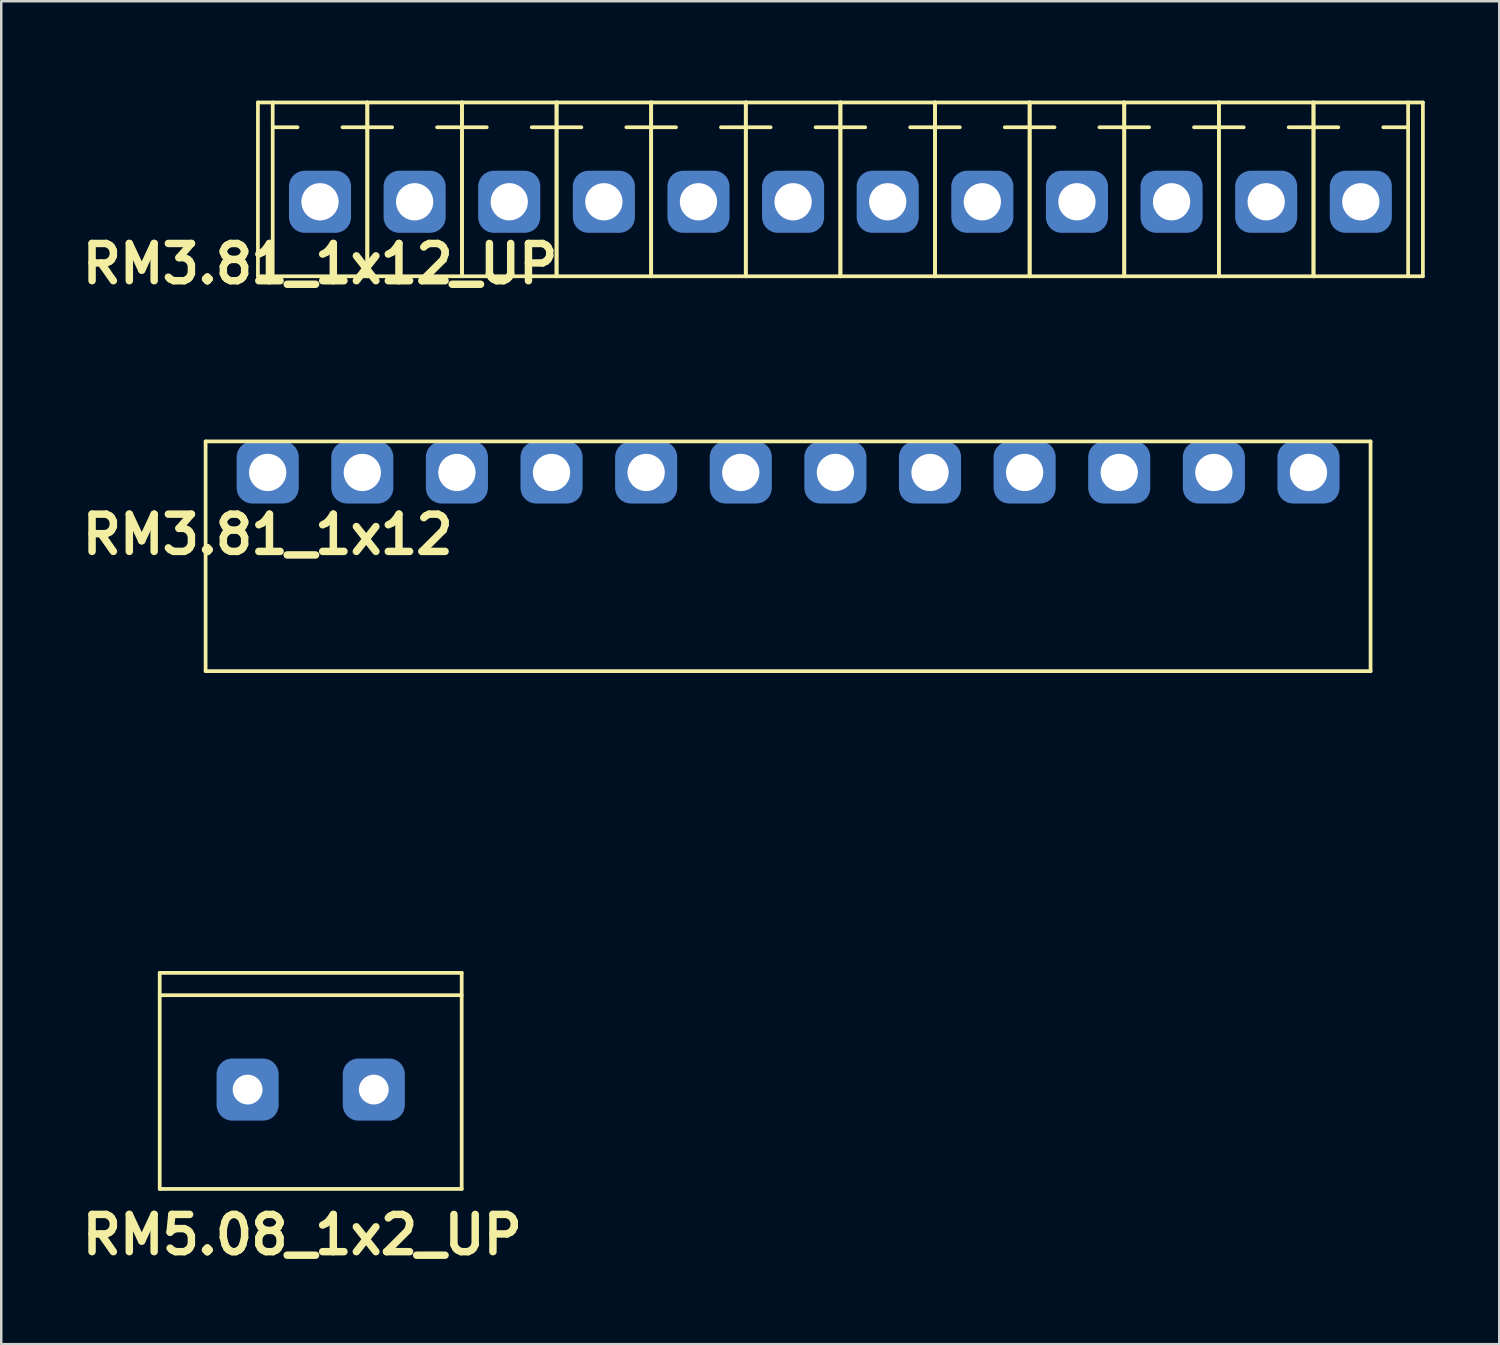
<source format=kicad_pcb>
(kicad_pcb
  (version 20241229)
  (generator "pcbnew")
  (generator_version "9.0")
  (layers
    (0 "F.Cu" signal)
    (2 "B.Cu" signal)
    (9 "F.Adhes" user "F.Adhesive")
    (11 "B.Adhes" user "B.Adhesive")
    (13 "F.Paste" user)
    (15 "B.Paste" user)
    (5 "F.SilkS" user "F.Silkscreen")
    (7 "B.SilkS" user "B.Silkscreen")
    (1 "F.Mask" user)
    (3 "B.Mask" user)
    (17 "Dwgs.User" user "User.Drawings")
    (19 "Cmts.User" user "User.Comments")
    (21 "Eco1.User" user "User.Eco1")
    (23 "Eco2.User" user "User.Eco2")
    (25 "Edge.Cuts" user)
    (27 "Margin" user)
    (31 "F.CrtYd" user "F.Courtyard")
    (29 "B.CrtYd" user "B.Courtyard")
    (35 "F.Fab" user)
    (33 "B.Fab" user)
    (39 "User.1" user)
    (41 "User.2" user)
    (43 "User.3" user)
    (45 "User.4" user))
  (footprint "RM3.81_1x12_UP"
    (layer "F.Cu")
    (at 9.836 5.075)
    (property "Reference" "RM3.81_1x12_UP" (at 0 2.5 0) (layer "F.SilkS") (effects (font (size 1.5 1.5) (thickness 0.3))))
    (attr through_hole)
    (fp_line (start -2.5 -4) (end -2.5 3) (stroke (width 0.15) (type solid)) (layer "F.SilkS"))
    (fp_line (start -2.5 -4) (end 44.41 -4) (stroke (width 0.15) (type solid)) (layer "F.SilkS"))
    (fp_line (start -2.5 3) (end 44.41 3) (stroke (width 0.15) (type solid)) (layer "F.SilkS"))
    (fp_line (start -1.905 -3) (end -0.905 -3) (stroke (width 0.15) (type solid)) (layer "F.SilkS"))
    (fp_line (start -1.905 3) (end -1.905 -4) (stroke (width 0.15) (type solid)) (layer "F.SilkS"))
    (fp_line (start 1.905 -3) (end 0.905 -3) (stroke (width 0.15) (type solid)) (layer "F.SilkS"))
    (fp_line (start 1.905 -3) (end 2.905 -3) (stroke (width 0.15) (type solid)) (layer "F.SilkS"))
    (fp_line (start 1.905 3) (end 1.905 -4) (stroke (width 0.15) (type solid)) (layer "F.SilkS"))
    (fp_line (start 1.905 3) (end 1.905 -4) (stroke (width 0.15) (type solid)) (layer "F.SilkS"))
    (fp_line (start 5.715 -3) (end 4.715 -3) (stroke (width 0.15) (type solid)) (layer "F.SilkS"))
    (fp_line (start 5.715 -3) (end 6.715 -3) (stroke (width 0.15) (type solid)) (layer "F.SilkS"))
    (fp_line (start 5.715 3) (end 5.715 -4) (stroke (width 0.15) (type solid)) (layer "F.SilkS"))
    (fp_line (start 5.715 3) (end 5.715 -4) (stroke (width 0.15) (type solid)) (layer "F.SilkS"))
    (fp_line (start 9.525 -3) (end 8.525 -3) (stroke (width 0.15) (type solid)) (layer "F.SilkS"))
    (fp_line (start 9.525 -3) (end 10.525 -3) (stroke (width 0.15) (type solid)) (layer "F.SilkS"))
    (fp_line (start 9.525 3) (end 9.525 -4) (stroke (width 0.15) (type solid)) (layer "F.SilkS"))
    (fp_line (start 9.525 3) (end 9.525 -4) (stroke (width 0.15) (type solid)) (layer "F.SilkS"))
    (fp_line (start 13.335 -3) (end 12.335 -3) (stroke (width 0.15) (type solid)) (layer "F.SilkS"))
    (fp_line (start 13.335 -3) (end 14.335 -3) (stroke (width 0.15) (type solid)) (layer "F.SilkS"))
    (fp_line (start 13.335 3) (end 13.335 -4) (stroke (width 0.15) (type solid)) (layer "F.SilkS"))
    (fp_line (start 13.335 3) (end 13.335 -4) (stroke (width 0.15) (type solid)) (layer "F.SilkS"))
    (fp_line (start 17.145 -3) (end 16.145 -3) (stroke (width 0.15) (type solid)) (layer "F.SilkS"))
    (fp_line (start 17.145 -3) (end 18.145 -3) (stroke (width 0.15) (type solid)) (layer "F.SilkS"))
    (fp_line (start 17.145 3) (end 17.145 -4) (stroke (width 0.15) (type solid)) (layer "F.SilkS"))
    (fp_line (start 17.145 3) (end 17.145 -4) (stroke (width 0.15) (type solid)) (layer "F.SilkS"))
    (fp_line (start 20.955 -3) (end 19.955 -3) (stroke (width 0.15) (type solid)) (layer "F.SilkS"))
    (fp_line (start 20.955 -3) (end 21.955 -3) (stroke (width 0.15) (type solid)) (layer "F.SilkS"))
    (fp_line (start 20.955 3) (end 20.955 -4) (stroke (width 0.15) (type solid)) (layer "F.SilkS"))
    (fp_line (start 20.955 3) (end 20.955 -4) (stroke (width 0.15) (type solid)) (layer "F.SilkS"))
    (fp_line (start 24.765 -3) (end 23.765 -3) (stroke (width 0.15) (type solid)) (layer "F.SilkS"))
    (fp_line (start 24.765 -3) (end 25.765 -3) (stroke (width 0.15) (type solid)) (layer "F.SilkS"))
    (fp_line (start 24.765 3) (end 24.765 -4) (stroke (width 0.15) (type solid)) (layer "F.SilkS"))
    (fp_line (start 24.765 3) (end 24.765 -4) (stroke (width 0.15) (type solid)) (layer "F.SilkS"))
    (fp_line (start 28.575 -3) (end 27.575 -3) (stroke (width 0.15) (type solid)) (layer "F.SilkS"))
    (fp_line (start 28.575 -3) (end 29.575 -3) (stroke (width 0.15) (type solid)) (layer "F.SilkS"))
    (fp_line (start 28.575 3) (end 28.575 -4) (stroke (width 0.15) (type solid)) (layer "F.SilkS"))
    (fp_line (start 28.575 3) (end 28.575 -4) (stroke (width 0.15) (type solid)) (layer "F.SilkS"))
    (fp_line (start 32.385 -3) (end 31.385 -3) (stroke (width 0.15) (type solid)) (layer "F.SilkS"))
    (fp_line (start 32.385 -3) (end 33.385 -3) (stroke (width 0.15) (type solid)) (layer "F.SilkS"))
    (fp_line (start 32.385 3) (end 32.385 -4) (stroke (width 0.15) (type solid)) (layer "F.SilkS"))
    (fp_line (start 32.385 3) (end 32.385 -4) (stroke (width 0.15) (type solid)) (layer "F.SilkS"))
    (fp_line (start 36.195 -3) (end 35.195 -3) (stroke (width 0.15) (type solid)) (layer "F.SilkS"))
    (fp_line (start 36.195 -3) (end 37.195 -3) (stroke (width 0.15) (type solid)) (layer "F.SilkS"))
    (fp_line (start 36.195 3) (end 36.195 -4) (stroke (width 0.15) (type solid)) (layer "F.SilkS"))
    (fp_line (start 36.195 3) (end 36.195 -4) (stroke (width 0.15) (type solid)) (layer "F.SilkS"))
    (fp_line (start 40.005 -3) (end 39.005 -3) (stroke (width 0.15) (type solid)) (layer "F.SilkS"))
    (fp_line (start 40.005 -3) (end 41.005 -3) (stroke (width 0.15) (type solid)) (layer "F.SilkS"))
    (fp_line (start 40.005 3) (end 40.005 -4) (stroke (width 0.15) (type solid)) (layer "F.SilkS"))
    (fp_line (start 40.005 3) (end 40.005 -4) (stroke (width 0.15) (type solid)) (layer "F.SilkS"))
    (fp_line (start 43.815 -3) (end 42.815 -3) (stroke (width 0.15) (type solid)) (layer "F.SilkS"))
    (fp_line (start 43.815 3) (end 43.815 -4) (stroke (width 0.15) (type solid)) (layer "F.SilkS"))
    (fp_line (start 44.41 -4) (end 44.41 3) (stroke (width 0.15) (type solid)) (layer "F.SilkS"))
    (fp_line (start -1.905 -5) (end 43.815 -5) (stroke (width 0.15) (type solid)) (layer "Margin"))
    (fp_line (start -1.905 6.5) (end -1.905 -5) (stroke (width 0.15) (type solid)) (layer "Margin"))
    (fp_line (start -1.905 6.5) (end 43.815 6.5) (stroke (width 0.15) (type solid)) (layer "Margin"))
    (fp_line (start -1 1.5) (end 1 1.5) (stroke (width 0.15) (type solid)) (layer "Margin"))
    (fp_line (start -1 4) (end -1 1.5) (stroke (width 0.15) (type solid)) (layer "Margin"))
    (fp_line (start -1 4) (end 1 4) (stroke (width 0.15) (type solid)) (layer "Margin"))
    (fp_line (start 1 4) (end 1 1.5) (stroke (width 0.15) (type solid)) (layer "Margin"))
    (fp_line (start 2.81 1.5) (end 4.81 1.5) (stroke (width 0.15) (type solid)) (layer "Margin"))
    (fp_line (start 2.81 4) (end 2.81 1.5) (stroke (width 0.15) (type solid)) (layer "Margin"))
    (fp_line (start 2.81 4) (end 4.81 4) (stroke (width 0.15) (type solid)) (layer "Margin"))
    (fp_line (start 4.81 4) (end 4.81 1.5) (stroke (width 0.15) (type solid)) (layer "Margin"))
    (fp_line (start 6.62 1.5) (end 8.62 1.5) (stroke (width 0.15) (type solid)) (layer "Margin"))
    (fp_line (start 6.62 4) (end 6.62 1.5) (stroke (width 0.15) (type solid)) (layer "Margin"))
    (fp_line (start 6.62 4) (end 8.62 4) (stroke (width 0.15) (type solid)) (layer "Margin"))
    (fp_line (start 8.62 4) (end 8.62 1.5) (stroke (width 0.15) (type solid)) (layer "Margin"))
    (fp_line (start 10.43 1.5) (end 12.43 1.5) (stroke (width 0.15) (type solid)) (layer "Margin"))
    (fp_line (start 10.43 4) (end 10.43 1.5) (stroke (width 0.15) (type solid)) (layer "Margin"))
    (fp_line (start 10.43 4) (end 12.43 4) (stroke (width 0.15) (type solid)) (layer "Margin"))
    (fp_line (start 12.43 4) (end 12.43 1.5) (stroke (width 0.15) (type solid)) (layer "Margin"))
    (fp_line (start 14.24 1.5) (end 16.24 1.5) (stroke (width 0.15) (type solid)) (layer "Margin"))
    (fp_line (start 14.24 4) (end 14.24 1.5) (stroke (width 0.15) (type solid)) (layer "Margin"))
    (fp_line (start 14.24 4) (end 16.24 4) (stroke (width 0.15) (type solid)) (layer "Margin"))
    (fp_line (start 16.24 4) (end 16.24 1.5) (stroke (width 0.15) (type solid)) (layer "Margin"))
    (fp_line (start 18.05 1.5) (end 20.05 1.5) (stroke (width 0.15) (type solid)) (layer "Margin"))
    (fp_line (start 18.05 4) (end 18.05 1.5) (stroke (width 0.15) (type solid)) (layer "Margin"))
    (fp_line (start 18.05 4) (end 20.05 4) (stroke (width 0.15) (type solid)) (layer "Margin"))
    (fp_line (start 20.05 4) (end 20.05 1.5) (stroke (width 0.15) (type solid)) (layer "Margin"))
    (fp_line (start 21.86 1.5) (end 23.86 1.5) (stroke (width 0.15) (type solid)) (layer "Margin"))
    (fp_line (start 21.86 4) (end 21.86 1.5) (stroke (width 0.15) (type solid)) (layer "Margin"))
    (fp_line (start 21.86 4) (end 23.86 4) (stroke (width 0.15) (type solid)) (layer "Margin"))
    (fp_line (start 23.86 4) (end 23.86 1.5) (stroke (width 0.15) (type solid)) (layer "Margin"))
    (fp_line (start 25.67 1.5) (end 27.67 1.5) (stroke (width 0.15) (type solid)) (layer "Margin"))
    (fp_line (start 25.67 4) (end 25.67 1.5) (stroke (width 0.15) (type solid)) (layer "Margin"))
    (fp_line (start 25.67 4) (end 27.67 4) (stroke (width 0.15) (type solid)) (layer "Margin"))
    (fp_line (start 27.67 4) (end 27.67 1.5) (stroke (width 0.15) (type solid)) (layer "Margin"))
    (fp_line (start 29.48 1.5) (end 31.48 1.5) (stroke (width 0.15) (type solid)) (layer "Margin"))
    (fp_line (start 29.48 4) (end 29.48 1.5) (stroke (width 0.15) (type solid)) (layer "Margin"))
    (fp_line (start 29.48 4) (end 31.48 4) (stroke (width 0.15) (type solid)) (layer "Margin"))
    (fp_line (start 31.48 4) (end 31.48 1.5) (stroke (width 0.15) (type solid)) (layer "Margin"))
    (fp_line (start 33.29 1.5) (end 35.29 1.5) (stroke (width 0.15) (type solid)) (layer "Margin"))
    (fp_line (start 33.29 4) (end 33.29 1.5) (stroke (width 0.15) (type solid)) (layer "Margin"))
    (fp_line (start 33.29 4) (end 35.29 4) (stroke (width 0.15) (type solid)) (layer "Margin"))
    (fp_line (start 35.29 4) (end 35.29 1.5) (stroke (width 0.15) (type solid)) (layer "Margin"))
    (fp_line (start 37.1 1.5) (end 39.1 1.5) (stroke (width 0.15) (type solid)) (layer "Margin"))
    (fp_line (start 37.1 4) (end 37.1 1.5) (stroke (width 0.15) (type solid)) (layer "Margin"))
    (fp_line (start 37.1 4) (end 39.1 4) (stroke (width 0.15) (type solid)) (layer "Margin"))
    (fp_line (start 39.1 4) (end 39.1 1.5) (stroke (width 0.15) (type solid)) (layer "Margin"))
    (fp_line (start 40.91 1.5) (end 42.91 1.5) (stroke (width 0.15) (type solid)) (layer "Margin"))
    (fp_line (start 40.91 4) (end 40.91 1.5) (stroke (width 0.15) (type solid)) (layer "Margin"))
    (fp_line (start 40.91 4) (end 42.91 4) (stroke (width 0.15) (type solid)) (layer "Margin"))
    (fp_line (start 42.91 4) (end 42.91 1.5) (stroke (width 0.15) (type solid)) (layer "Margin"))
    (fp_line (start 43.815 6.5) (end 43.815 -5) (stroke (width 0.15) (type solid)) (layer "Margin"))
    (pad "1" thru_hole circle (at 0 0) (size 1.8 1.8) (drill 1.5) (layers "*.Cu" "*.Mask"))
    (pad "1" smd roundrect (at 0 0) (size 2.5 2.5) (layers "B.Cu" "B.Mask") (roundrect_rratio 0.25))
    (pad "2" thru_hole circle (at 3.81 0) (size 1.8 1.8) (drill 1.5) (layers "*.Cu" "*.Mask"))
    (pad "2" smd roundrect (at 3.81 0) (size 2.5 2.5) (layers "B.Cu" "B.Mask") (roundrect_rratio 0.25))
    (pad "3" thru_hole circle (at 7.62 0) (size 1.8 1.8) (drill 1.5) (layers "*.Cu" "*.Mask"))
    (pad "3" smd roundrect (at 7.62 0) (size 2.5 2.5) (layers "B.Cu" "B.Mask") (roundrect_rratio 0.25))
    (pad "4" thru_hole circle (at 11.43 0) (size 1.8 1.8) (drill 1.5) (layers "*.Cu" "*.Mask"))
    (pad "4" smd roundrect (at 11.43 0) (size 2.5 2.5) (layers "B.Cu" "B.Mask") (roundrect_rratio 0.25))
    (pad "5" thru_hole circle (at 15.24 0) (size 1.8 1.8) (drill 1.5) (layers "*.Cu" "*.Mask"))
    (pad "5" smd roundrect (at 15.24 0) (size 2.5 2.5) (layers "B.Cu" "B.Mask") (roundrect_rratio 0.25))
    (pad "6" thru_hole circle (at 19.05 0) (size 1.8 1.8) (drill 1.5) (layers "*.Cu" "*.Mask"))
    (pad "6" smd roundrect (at 19.05 0) (size 2.5 2.5) (layers "B.Cu" "B.Mask") (roundrect_rratio 0.25))
    (pad "7" thru_hole circle (at 22.86 0) (size 1.8 1.8) (drill 1.5) (layers "*.Cu" "*.Mask"))
    (pad "7" smd roundrect (at 22.86 0) (size 2.5 2.5) (layers "B.Cu" "B.Mask") (roundrect_rratio 0.25))
    (pad "8" thru_hole circle (at 26.67 0) (size 1.8 1.8) (drill 1.5) (layers "*.Cu" "*.Mask"))
    (pad "8" smd roundrect (at 26.67 0) (size 2.5 2.5) (layers "B.Cu" "B.Mask") (roundrect_rratio 0.25))
    (pad "9" thru_hole circle (at 30.48 0) (size 1.8 1.8) (drill 1.5) (layers "*.Cu" "*.Mask"))
    (pad "9" smd roundrect (at 30.48 0) (size 2.5 2.5) (layers "B.Cu" "B.Mask") (roundrect_rratio 0.25))
    (pad "10" thru_hole circle (at 34.29 0) (size 1.8 1.8) (drill 1.5) (layers "*.Cu" "*.Mask"))
    (pad "10" smd roundrect (at 34.29 0) (size 2.5 2.5) (layers "B.Cu" "B.Mask") (roundrect_rratio 0.25))
    (pad "11" thru_hole circle (at 38.1 0) (size 1.8 1.8) (drill 1.5) (layers "*.Cu" "*.Mask"))
    (pad "11" smd roundrect (at 38.1 0) (size 2.5 2.5) (layers "B.Cu" "B.Mask") (roundrect_rratio 0.25))
    (pad "12" thru_hole circle (at 41.91 0) (size 1.8 1.8) (drill 1.5) (layers "*.Cu" "*.Mask"))
    (pad "12" smd roundrect (at 41.91 0) (size 2.5 2.5) (layers "B.Cu" "B.Mask") (roundrect_rratio 0.25)))
  (footprint "RM5.08_1x2_UP"
    (layer "F.Cu")
    (at 9.461 40.825)
    (property "Reference" "RM5.08_1x2_UP" (at -0.34 5.848 0) (layer "F.SilkS") (effects (font (size 1.5 1.5) (thickness 0.3))))
    (attr through_hole)
    (fp_line (start -6.08 -4.7) (end 6.08 -4.7) (stroke (width 0.15) (type solid)) (layer "F.SilkS"))
    (fp_line (start -6.08 -3.8) (end 6.08 -3.8) (stroke (width 0.15) (type solid)) (layer "F.SilkS"))
    (fp_line (start -6.08 4) (end -6.08 -4.7) (stroke (width 0.15) (type solid)) (layer "F.SilkS"))
    (fp_line (start 6.08 -4.7) (end 6.08 4) (stroke (width 0.15) (type solid)) (layer "F.SilkS"))
    (fp_line (start 6.08 4) (end -6.08 4) (stroke (width 0.15) (type solid)) (layer "F.SilkS"))
    (pad "1" thru_hole circle (at -2.54 0) (size 1.5 1.5) (drill 1.2) (layers "*.Cu" "*.Mask"))
    (pad "1" smd roundrect (at -2.54 0) (size 2.5 2.5) (layers "B.Cu" "B.Mask") (roundrect_rratio 0.25))
    (pad "2" thru_hole circle (at 2.54 0) (size 1.5 1.5) (drill 1.2) (layers "*.Cu" "*.Mask"))
    (pad "2" smd roundrect (at 2.54 0) (size 2.5 2.5) (layers "B.Cu" "B.Mask") (roundrect_rratio 0.25)))
  (footprint "RM3.81_1x12"
    (layer "F.Cu")
    (at 7.729 15.975)
    (property "Reference" "RM3.81_1x12" (at 0 2.5 0) (layer "F.SilkS") (effects (font (size 1.5 1.5) (thickness 0.3))))
    (attr through_hole)
    (fp_line (start -2.5 -1.25) (end -2.5 8) (stroke (width 0.15) (type solid)) (layer "F.SilkS"))
    (fp_line (start -2.5 8) (end 44.41 8) (stroke (width 0.15) (type solid)) (layer "F.SilkS"))
    (fp_line (start 44.41 -1.25) (end -2.5 -1.25) (stroke (width 0.15) (type solid)) (layer "F.SilkS"))
    (fp_line (start 44.41 8) (end 44.41 -1.25) (stroke (width 0.15) (type solid)) (layer "F.SilkS"))
    (fp_line (start -1.905 17) (end -1.905 8) (stroke (width 0.15) (type solid)) (layer "Margin"))
    (fp_line (start -1.905 17) (end 43.815 17) (stroke (width 0.15) (type solid)) (layer "Margin"))
    (fp_line (start -1.5 12) (end 1.5 12) (stroke (width 0.15) (type solid)) (layer "Margin"))
    (fp_line (start 2.31 12) (end 5.31 12) (stroke (width 0.15) (type solid)) (layer "Margin"))
    (fp_line (start 6.12 12) (end 9.12 12) (stroke (width 0.15) (type solid)) (layer "Margin"))
    (fp_line (start 9.93 12) (end 12.93 12) (stroke (width 0.15) (type solid)) (layer "Margin"))
    (fp_line (start 13.74 12) (end 16.74 12) (stroke (width 0.15) (type solid)) (layer "Margin"))
    (fp_line (start 17.55 12) (end 20.55 12) (stroke (width 0.15) (type solid)) (layer "Margin"))
    (fp_line (start 21.36 12) (end 24.36 12) (stroke (width 0.15) (type solid)) (layer "Margin"))
    (fp_line (start 25.17 12) (end 28.17 12) (stroke (width 0.15) (type solid)) (layer "Margin"))
    (fp_line (start 28.98 12) (end 31.98 12) (stroke (width 0.15) (type solid)) (layer "Margin"))
    (fp_line (start 32.79 12) (end 35.79 12) (stroke (width 0.15) (type solid)) (layer "Margin"))
    (fp_line (start 36.6 12) (end 39.6 12) (stroke (width 0.15) (type solid)) (layer "Margin"))
    (fp_line (start 40.41 12) (end 43.41 12) (stroke (width 0.15) (type solid)) (layer "Margin"))
    (fp_line (start 43.815 17) (end 43.815 8) (stroke (width 0.15) (type solid)) (layer "Margin"))
    (fp_circle (center 0 12) (end 0 10.5) (stroke (width 0.15) (type solid)) (fill no) (layer "Margin"))
    (fp_circle (center 3.81 12) (end 3.81 10.5) (stroke (width 0.15) (type solid)) (fill no) (layer "Margin"))
    (fp_circle (center 7.62 12) (end 7.62 10.5) (stroke (width 0.15) (type solid)) (fill no) (layer "Margin"))
    (fp_circle (center 11.43 12) (end 11.43 10.5) (stroke (width 0.15) (type solid)) (fill no) (layer "Margin"))
    (fp_circle (center 15.24 12) (end 15.24 10.5) (stroke (width 0.15) (type solid)) (fill no) (layer "Margin"))
    (fp_circle (center 19.05 12) (end 19.05 10.5) (stroke (width 0.15) (type solid)) (fill no) (layer "Margin"))
    (fp_circle (center 22.86 12) (end 22.86 10.5) (stroke (width 0.15) (type solid)) (fill no) (layer "Margin"))
    (fp_circle (center 26.67 12) (end 26.67 10.5) (stroke (width 0.15) (type solid)) (fill no) (layer "Margin"))
    (fp_circle (center 30.48 12) (end 30.48 10.5) (stroke (width 0.15) (type solid)) (fill no) (layer "Margin"))
    (fp_circle (center 34.29 12) (end 34.29 10.5) (stroke (width 0.15) (type solid)) (fill no) (layer "Margin"))
    (fp_circle (center 38.1 12) (end 38.1 10.5) (stroke (width 0.15) (type solid)) (fill no) (layer "Margin"))
    (fp_circle (center 41.91 12) (end 41.91 10.5) (stroke (width 0.15) (type solid)) (fill no) (layer "Margin"))
    (pad "1" thru_hole circle (at 0 0) (size 1.8 1.8) (drill 1.5) (layers "*.Cu" "*.Mask"))
    (pad "1" smd roundrect (at 0 0) (size 2.5 2.5) (layers "B.Cu" "B.Mask") (roundrect_rratio 0.25))
    (pad "2" thru_hole circle (at 3.81 0) (size 1.8 1.8) (drill 1.5) (layers "*.Cu" "*.Mask"))
    (pad "2" smd roundrect (at 3.81 0) (size 2.5 2.5) (layers "B.Cu" "B.Mask") (roundrect_rratio 0.25))
    (pad "3" thru_hole circle (at 7.62 0) (size 1.8 1.8) (drill 1.5) (layers "*.Cu" "*.Mask"))
    (pad "3" smd roundrect (at 7.62 0) (size 2.5 2.5) (layers "B.Cu" "B.Mask") (roundrect_rratio 0.25))
    (pad "4" thru_hole circle (at 11.43 0) (size 1.8 1.8) (drill 1.5) (layers "*.Cu" "*.Mask"))
    (pad "4" smd roundrect (at 11.43 0) (size 2.5 2.5) (layers "B.Cu" "B.Mask") (roundrect_rratio 0.25))
    (pad "5" thru_hole circle (at 15.24 0) (size 1.8 1.8) (drill 1.5) (layers "*.Cu" "*.Mask"))
    (pad "5" smd roundrect (at 15.24 0) (size 2.5 2.5) (layers "B.Cu" "B.Mask") (roundrect_rratio 0.25))
    (pad "6" thru_hole circle (at 19.05 0) (size 1.8 1.8) (drill 1.5) (layers "*.Cu" "*.Mask"))
    (pad "6" smd roundrect (at 19.05 0) (size 2.5 2.5) (layers "B.Cu" "B.Mask") (roundrect_rratio 0.25))
    (pad "7" thru_hole circle (at 22.86 0) (size 1.8 1.8) (drill 1.5) (layers "*.Cu" "*.Mask"))
    (pad "7" smd roundrect (at 22.86 0) (size 2.5 2.5) (layers "B.Cu" "B.Mask") (roundrect_rratio 0.25))
    (pad "8" thru_hole circle (at 26.67 0) (size 1.8 1.8) (drill 1.5) (layers "*.Cu" "*.Mask"))
    (pad "8" smd roundrect (at 26.67 0) (size 2.5 2.5) (layers "B.Cu" "B.Mask") (roundrect_rratio 0.25))
    (pad "9" thru_hole circle (at 30.48 0) (size 1.8 1.8) (drill 1.5) (layers "*.Cu" "*.Mask"))
    (pad "9" smd roundrect (at 30.48 0) (size 2.5 2.5) (layers "B.Cu" "B.Mask") (roundrect_rratio 0.25))
    (pad "10" thru_hole circle (at 34.29 0) (size 1.8 1.8) (drill 1.5) (layers "*.Cu" "*.Mask"))
    (pad "10" smd roundrect (at 34.29 0) (size 2.5 2.5) (layers "B.Cu" "B.Mask") (roundrect_rratio 0.25))
    (pad "11" thru_hole circle (at 38.1 0) (size 1.8 1.8) (drill 1.5) (layers "*.Cu" "*.Mask"))
    (pad "11" smd roundrect (at 38.1 0) (size 2.5 2.5) (layers "B.Cu" "B.Mask") (roundrect_rratio 0.25))
    (pad "12" thru_hole circle (at 41.91 0) (size 1.8 1.8) (drill 1.5) (layers "*.Cu" "*.Mask"))
    (pad "12" smd roundrect (at 41.91 0) (size 2.5 2.5) (layers "B.Cu" "B.Mask") (roundrect_rratio 0.25)))
  (gr_rect
    (start -3 -3)
    (end 57.321 51.077)
    (stroke (width 0.1) (type default))
    (fill no)
    (layer "Edge.Cuts")))
</source>
